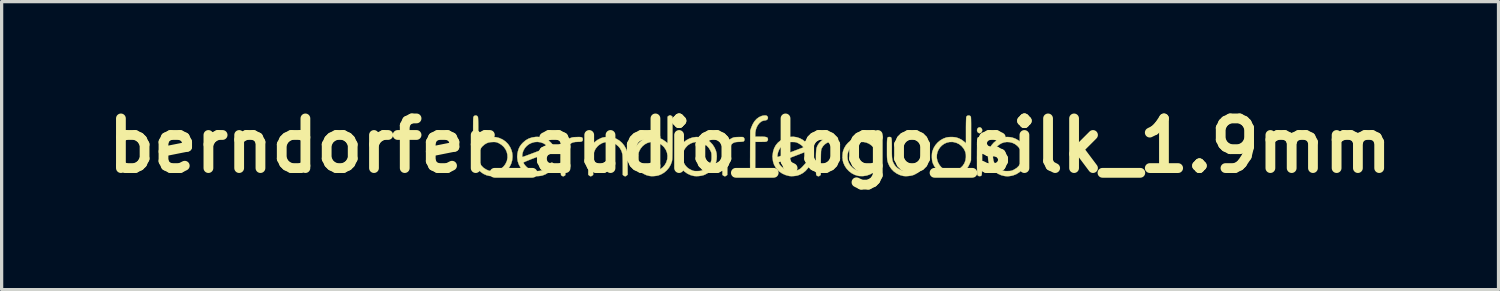
<source format=kicad_pcb>
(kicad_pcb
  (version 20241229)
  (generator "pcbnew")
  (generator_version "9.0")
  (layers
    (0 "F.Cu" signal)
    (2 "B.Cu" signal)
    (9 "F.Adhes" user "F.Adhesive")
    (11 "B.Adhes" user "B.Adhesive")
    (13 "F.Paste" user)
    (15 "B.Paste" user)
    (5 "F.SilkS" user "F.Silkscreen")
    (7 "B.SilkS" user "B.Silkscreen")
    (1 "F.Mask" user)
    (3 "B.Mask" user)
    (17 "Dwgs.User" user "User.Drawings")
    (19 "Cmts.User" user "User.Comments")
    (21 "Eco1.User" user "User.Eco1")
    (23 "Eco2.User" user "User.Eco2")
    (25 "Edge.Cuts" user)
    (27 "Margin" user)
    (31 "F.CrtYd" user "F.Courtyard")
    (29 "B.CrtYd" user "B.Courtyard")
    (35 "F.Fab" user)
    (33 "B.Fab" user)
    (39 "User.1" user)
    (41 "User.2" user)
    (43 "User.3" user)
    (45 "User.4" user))
  (footprint "berndorfer_audio_logo_silk_1.9mm"
    (layer "F.Cu")
    (at 19.964 1.418)
    (property "Reference" "berndorfer_audio_logo_silk_1.9mm" (at 0 0 0) (layer "F.SilkS") (effects (font (size 1.524 1.524) (thickness 0.3))))
    (attr through_hole)
    (fp_poly (pts (xy 7.079 -0.552) (xy 7.105 -0.528) (xy 7.12 -0.495) (xy 7.122 -0.459) (xy 7.109 -0.423) (xy 7.097 -0.407) (xy 7.071 -0.389) (xy 7.044 -0.381) (xy 7.043 -0.381) (xy 7.017 -0.388) (xy 6.991 -0.406) (xy 6.99 -0.407) (xy 6.969 -0.44) (xy 6.964 -0.477) (xy 6.973 -0.512) (xy 6.993 -0.541) (xy 7.024 -0.558) (xy 7.043 -0.561) (xy 7.079 -0.552)) (stroke (width 0.01) (type solid)) (fill yes) (layer "F.SilkS"))
    (fp_poly (pts (xy 7.078 -0.257) (xy 7.101 -0.236) (xy 7.106 -0.23) (xy 7.11 -0.222) (xy 7.113 -0.212) (xy 7.116 -0.197) (xy 7.118 -0.176) (xy 7.12 -0.148) (xy 7.121 -0.109) (xy 7.121 -0.059) (xy 7.122 0.005) (xy 7.121 0.084) (xy 7.121 0.179) (xy 7.12 0.293) (xy 7.12 0.345) (xy 7.12 0.471) (xy 7.119 0.576) (xy 7.118 0.664) (xy 7.117 0.736) (xy 7.115 0.793) (xy 7.113 0.838) (xy 7.11 0.872) (xy 7.106 0.896) (xy 7.1 0.912) (xy 7.093 0.923) (xy 7.085 0.929) (xy 7.075 0.932) (xy 7.063 0.935) (xy 7.059 0.935) (xy 7.028 0.936) (xy 7.009 0.931) (xy 6.987 0.914) (xy 6.974 0.894) (xy 6.972 0.877) (xy 6.969 0.841) (xy 6.968 0.789) (xy 6.966 0.724) (xy 6.965 0.648) (xy 6.964 0.563) (xy 6.964 0.472) (xy 6.963 0.378) (xy 6.964 0.282) (xy 6.964 0.188) (xy 6.965 0.097) (xy 6.966 0.013) (xy 6.967 -0.062) (xy 6.969 -0.126) (xy 6.971 -0.176) (xy 6.973 -0.21) (xy 6.976 -0.226) (xy 6.994 -0.251) (xy 7.017 -0.262) (xy 7.045 -0.264) (xy 7.078 -0.257)) (stroke (width 0.01) (type solid)) (fill yes) (layer "F.SilkS"))
    (fp_poly (pts (xy -0.23 -0.263) (xy -0.213 -0.259) (xy -0.201 -0.253) (xy -0.192 -0.245) (xy -0.173 -0.213) (xy -0.171 -0.175) (xy -0.184 -0.142) (xy -0.193 -0.133) (xy -0.208 -0.127) (xy -0.231 -0.123) (xy -0.267 -0.119) (xy -0.321 -0.116) (xy -0.33 -0.116) (xy -0.388 -0.113) (xy -0.43 -0.109) (xy -0.462 -0.103) (xy -0.488 -0.094) (xy -0.514 -0.082) (xy -0.514 -0.082) (xy -0.575 -0.04) (xy -0.629 0.016) (xy -0.67 0.081) (xy -0.671 0.083) (xy -0.677 0.097) (xy -0.681 0.111) (xy -0.685 0.129) (xy -0.688 0.151) (xy -0.691 0.182) (xy -0.692 0.222) (xy -0.694 0.274) (xy -0.695 0.341) (xy -0.696 0.425) (xy -0.696 0.516) (xy -0.7 0.899) (xy -0.727 0.92) (xy -0.759 0.939) (xy -0.788 0.938) (xy -0.819 0.92) (xy -0.847 0.898) (xy -0.847 0.519) (xy -0.847 0.418) (xy -0.846 0.336) (xy -0.846 0.27) (xy -0.844 0.217) (xy -0.843 0.177) (xy -0.84 0.145) (xy -0.837 0.12) (xy -0.833 0.099) (xy -0.828 0.08) (xy -0.826 0.073) (xy -0.787 -0.02) (xy -0.73 -0.101) (xy -0.658 -0.168) (xy -0.573 -0.22) (xy -0.54 -0.236) (xy -0.513 -0.247) (xy -0.487 -0.254) (xy -0.456 -0.258) (xy -0.416 -0.261) (xy -0.359 -0.263) (xy -0.354 -0.263) (xy -0.297 -0.264) (xy -0.257 -0.264) (xy -0.23 -0.263)) (stroke (width 0.01) (type solid)) (fill yes) (layer "F.SilkS"))
    (fp_poly (pts (xy 2.629 -0.262) (xy 2.663 -0.255) (xy 2.685 -0.243) (xy 2.696 -0.225) (xy 2.699 -0.199) (xy 2.699 -0.198) (xy 2.697 -0.169) (xy 2.69 -0.148) (xy 2.674 -0.134) (xy 2.646 -0.125) (xy 2.604 -0.12) (xy 2.544 -0.116) (xy 2.538 -0.116) (xy 2.48 -0.113) (xy 2.438 -0.109) (xy 2.406 -0.103) (xy 2.38 -0.094) (xy 2.354 -0.082) (xy 2.354 -0.082) (xy 2.293 -0.04) (xy 2.239 0.016) (xy 2.199 0.081) (xy 2.197 0.083) (xy 2.192 0.097) (xy 2.187 0.111) (xy 2.183 0.129) (xy 2.18 0.152) (xy 2.177 0.182) (xy 2.176 0.222) (xy 2.174 0.274) (xy 2.173 0.341) (xy 2.172 0.425) (xy 2.171 0.516) (xy 2.168 0.899) (xy 2.141 0.921) (xy 2.116 0.937) (xy 2.093 0.94) (xy 2.067 0.931) (xy 2.043 0.915) (xy 2.033 0.901) (xy 2.029 0.883) (xy 2.026 0.845) (xy 2.024 0.787) (xy 2.023 0.709) (xy 2.022 0.612) (xy 2.021 0.516) (xy 2.022 0.408) (xy 2.022 0.318) (xy 2.024 0.245) (xy 2.027 0.185) (xy 2.031 0.137) (xy 2.036 0.097) (xy 2.044 0.064) (xy 2.054 0.034) (xy 2.067 0.006) (xy 2.082 -0.023) (xy 2.12 -0.078) (xy 2.173 -0.133) (xy 2.234 -0.183) (xy 2.297 -0.221) (xy 2.304 -0.225) (xy 2.336 -0.239) (xy 2.363 -0.249) (xy 2.392 -0.255) (xy 2.428 -0.259) (xy 2.476 -0.262) (xy 2.511 -0.263) (xy 2.579 -0.264) (xy 2.629 -0.262)) (stroke (width 0.01) (type solid)) (fill yes) (layer "F.SilkS"))
    (fp_poly (pts (xy 0.504 -0.92) (xy 0.532 -0.9) (xy 0.534 -0.896) (xy 0.549 -0.861) (xy 0.545 -0.827) (xy 0.525 -0.798) (xy 0.492 -0.779) (xy 0.454 -0.773) (xy 0.394 -0.762) (xy 0.337 -0.734) (xy 0.285 -0.689) (xy 0.239 -0.631) (xy 0.202 -0.562) (xy 0.176 -0.484) (xy 0.161 -0.401) (xy 0.159 -0.353) (xy 0.159 -0.275) (xy 0.304 -0.275) (xy 0.384 -0.274) (xy 0.445 -0.27) (xy 0.489 -0.263) (xy 0.519 -0.252) (xy 0.537 -0.238) (xy 0.54 -0.233) (xy 0.55 -0.194) (xy 0.541 -0.158) (xy 0.526 -0.139) (xy 0.515 -0.131) (xy 0.503 -0.125) (xy 0.486 -0.121) (xy 0.459 -0.118) (xy 0.42 -0.117) (xy 0.366 -0.116) (xy 0.33 -0.116) (xy 0.159 -0.116) (xy 0.159 0.362) (xy 0.158 0.476) (xy 0.158 0.579) (xy 0.157 0.67) (xy 0.155 0.746) (xy 0.153 0.808) (xy 0.151 0.851) (xy 0.149 0.876) (xy 0.148 0.879) (xy 0.131 0.914) (xy 0.111 0.93) (xy 0.087 0.939) (xy 0.069 0.94) (xy 0.046 0.931) (xy 0.022 0.914) (xy 0.011 0.9) (xy 0.008 0.888) (xy 0.006 0.861) (xy 0.004 0.818) (xy 0.003 0.759) (xy 0.002 0.683) (xy 0.002 0.589) (xy 0.001 0.476) (xy 0.002 0.344) (xy 0.002 0.209) (xy 0.006 -0.46) (xy 0.034 -0.545) (xy 0.079 -0.652) (xy 0.134 -0.743) (xy 0.2 -0.817) (xy 0.275 -0.873) (xy 0.358 -0.91) (xy 0.405 -0.921) (xy 0.462 -0.927) (xy 0.504 -0.92)) (stroke (width 0.01) (type solid)) (fill yes) (layer "F.SilkS"))
    (fp_poly (pts (xy -5.203 -0.262) (xy -5.169 -0.255) (xy -5.148 -0.244) (xy -5.137 -0.225) (xy -5.133 -0.199) (xy -5.133 -0.191) (xy -5.136 -0.161) (xy -5.147 -0.14) (xy -5.169 -0.127) (xy -5.205 -0.119) (xy -5.257 -0.117) (xy -5.283 -0.116) (xy -5.366 -0.112) (xy -5.435 -0.098) (xy -5.493 -0.072) (xy -5.546 -0.034) (xy -5.547 -0.033) (xy -5.599 0.027) (xy -5.635 0.1) (xy -5.652 0.166) (xy -5.654 0.192) (xy -5.657 0.236) (xy -5.659 0.295) (xy -5.66 0.365) (xy -5.662 0.444) (xy -5.662 0.528) (xy -5.662 0.561) (xy -5.662 0.643) (xy -5.663 0.719) (xy -5.664 0.785) (xy -5.666 0.839) (xy -5.667 0.879) (xy -5.669 0.902) (xy -5.67 0.906) (xy -5.686 0.92) (xy -5.709 0.934) (xy -5.73 0.941) (xy -5.733 0.941) (xy -5.749 0.937) (xy -5.765 0.931) (xy -5.788 0.915) (xy -5.799 0.901) (xy -5.802 0.883) (xy -5.805 0.845) (xy -5.808 0.787) (xy -5.809 0.709) (xy -5.81 0.612) (xy -5.81 0.516) (xy -5.81 0.408) (xy -5.809 0.318) (xy -5.808 0.245) (xy -5.805 0.185) (xy -5.801 0.137) (xy -5.795 0.097) (xy -5.787 0.064) (xy -5.778 0.034) (xy -5.765 0.006) (xy -5.75 -0.023) (xy -5.711 -0.079) (xy -5.658 -0.134) (xy -5.597 -0.184) (xy -5.534 -0.221) (xy -5.527 -0.225) (xy -5.495 -0.239) (xy -5.467 -0.248) (xy -5.438 -0.255) (xy -5.401 -0.259) (xy -5.351 -0.261) (xy -5.321 -0.262) (xy -5.253 -0.264) (xy -5.203 -0.262)) (stroke (width 0.01) (type solid)) (fill yes) (layer "F.SilkS"))
    (fp_poly (pts (xy -4.261 -0.258) (xy -4.207 -0.248) (xy -4.106 -0.211) (xy -4.012 -0.156) (xy -3.93 -0.085) (xy -3.86 0.001) (xy -3.805 0.098) (xy -3.788 0.141) (xy -3.781 0.16) (xy -3.775 0.179) (xy -3.771 0.2) (xy -3.768 0.226) (xy -3.765 0.259) (xy -3.764 0.303) (xy -3.762 0.359) (xy -3.761 0.43) (xy -3.76 0.52) (xy -3.76 0.548) (xy -3.756 0.889) (xy -3.782 0.915) (xy -3.813 0.937) (xy -3.843 0.939) (xy -3.877 0.921) (xy -3.877 0.92) (xy -3.905 0.898) (xy -3.905 0.61) (xy -3.906 0.526) (xy -3.907 0.448) (xy -3.909 0.378) (xy -3.911 0.321) (xy -3.914 0.278) (xy -3.917 0.259) (xy -3.944 0.165) (xy -3.991 0.081) (xy -4.042 0.02) (xy -4.117 -0.041) (xy -4.2 -0.084) (xy -4.287 -0.108) (xy -4.377 -0.115) (xy -4.465 -0.102) (xy -4.551 -0.072) (xy -4.63 -0.022) (xy -4.676 0.018) (xy -4.739 0.095) (xy -4.782 0.181) (xy -4.804 0.267) (xy -4.807 0.296) (xy -4.81 0.342) (xy -4.812 0.402) (xy -4.814 0.472) (xy -4.815 0.549) (xy -4.815 0.616) (xy -4.815 0.898) (xy -4.843 0.92) (xy -4.877 0.939) (xy -4.907 0.937) (xy -4.938 0.916) (xy -4.964 0.89) (xy -4.963 0.575) (xy -4.963 0.471) (xy -4.962 0.385) (xy -4.96 0.315) (xy -4.956 0.258) (xy -4.95 0.211) (xy -4.943 0.172) (xy -4.933 0.137) (xy -4.92 0.105) (xy -4.904 0.072) (xy -4.904 0.071) (xy -4.844 -0.025) (xy -4.768 -0.108) (xy -4.679 -0.176) (xy -4.577 -0.228) (xy -4.52 -0.248) (xy -4.466 -0.258) (xy -4.4 -0.263) (xy -4.329 -0.264) (xy -4.261 -0.258)) (stroke (width 0.01) (type solid)) (fill yes) (layer "F.SilkS"))
    (fp_poly (pts (xy -1.516 -0.254) (xy -1.409 -0.225) (xy -1.312 -0.177) (xy -1.225 -0.113) (xy -1.15 -0.033) (xy -1.089 0.062) (xy -1.047 0.159) (xy -1.028 0.238) (xy -1.021 0.326) (xy -1.026 0.417) (xy -1.042 0.501) (xy -1.047 0.517) (xy -1.091 0.619) (xy -1.152 0.711) (xy -1.229 0.791) (xy -1.318 0.855) (xy -1.418 0.903) (xy -1.434 0.908) (xy -1.497 0.924) (xy -1.571 0.934) (xy -1.647 0.937) (xy -1.716 0.933) (xy -1.725 0.931) (xy -1.824 0.905) (xy -1.918 0.862) (xy -2.004 0.803) (xy -2.079 0.732) (xy -2.141 0.65) (xy -2.187 0.56) (xy -2.206 0.5) (xy -2.219 0.423) (xy -2.223 0.336) (xy -2.073 0.336) (xy -2.065 0.426) (xy -2.039 0.513) (xy -1.994 0.594) (xy -1.956 0.641) (xy -1.913 0.683) (xy -1.866 0.716) (xy -1.808 0.746) (xy -1.779 0.759) (xy -1.748 0.771) (xy -1.718 0.778) (xy -1.684 0.781) (xy -1.639 0.781) (xy -1.613 0.781) (xy -1.562 0.779) (xy -1.525 0.775) (xy -1.495 0.768) (xy -1.463 0.756) (xy -1.427 0.738) (xy -1.344 0.687) (xy -1.276 0.62) (xy -1.223 0.539) (xy -1.214 0.521) (xy -1.198 0.487) (xy -1.189 0.458) (xy -1.183 0.429) (xy -1.181 0.392) (xy -1.18 0.341) (xy -1.18 0.339) (xy -1.181 0.287) (xy -1.183 0.25) (xy -1.188 0.22) (xy -1.198 0.192) (xy -1.213 0.158) (xy -1.214 0.156) (xy -1.264 0.073) (xy -1.326 0.004) (xy -1.398 -0.049) (xy -1.478 -0.087) (xy -1.562 -0.108) (xy -1.649 -0.112) (xy -1.735 -0.099) (xy -1.819 -0.068) (xy -1.897 -0.019) (xy -1.927 0.007) (xy -1.99 0.079) (xy -2.036 0.16) (xy -2.063 0.247) (xy -2.073 0.336) (xy -2.223 0.336) (xy -2.223 0.336) (xy -2.219 0.25) (xy -2.205 0.174) (xy -2.203 0.167) (xy -2.165 0.068) (xy -2.109 -0.021) (xy -2.039 -0.099) (xy -1.956 -0.165) (xy -1.863 -0.215) (xy -1.763 -0.249) (xy -1.658 -0.264) (xy -1.63 -0.264) (xy -1.516 -0.254)) (stroke (width 0.01) (type solid)) (fill yes) (layer "F.SilkS"))
    (fp_poly (pts (xy 7.974 -0.26) (xy 8.048 -0.246) (xy 8.122 -0.22) (xy 8.165 -0.201) (xy 8.262 -0.143) (xy 8.345 -0.07) (xy 8.411 0.016) (xy 8.461 0.113) (xy 8.493 0.221) (xy 8.499 0.259) (xy 8.504 0.367) (xy 8.489 0.472) (xy 8.456 0.571) (xy 8.407 0.663) (xy 8.343 0.745) (xy 8.266 0.815) (xy 8.177 0.871) (xy 8.079 0.911) (xy 8.014 0.927) (xy 7.954 0.936) (xy 7.904 0.94) (xy 7.855 0.938) (xy 7.8 0.931) (xy 7.7 0.905) (xy 7.605 0.862) (xy 7.519 0.802) (xy 7.443 0.729) (xy 7.381 0.644) (xy 7.335 0.551) (xy 7.322 0.51) (xy 7.308 0.443) (xy 7.302 0.366) (xy 7.452 0.366) (xy 7.466 0.455) (xy 7.499 0.54) (xy 7.55 0.619) (xy 7.569 0.641) (xy 7.612 0.683) (xy 7.659 0.716) (xy 7.717 0.746) (xy 7.746 0.759) (xy 7.777 0.771) (xy 7.807 0.778) (xy 7.841 0.781) (xy 7.886 0.781) (xy 7.912 0.781) (xy 7.963 0.779) (xy 8 0.775) (xy 8.03 0.768) (xy 8.062 0.756) (xy 8.098 0.738) (xy 8.181 0.687) (xy 8.249 0.62) (xy 8.302 0.539) (xy 8.311 0.521) (xy 8.327 0.487) (xy 8.336 0.458) (xy 8.342 0.429) (xy 8.344 0.392) (xy 8.345 0.341) (xy 8.345 0.339) (xy 8.344 0.287) (xy 8.342 0.25) (xy 8.337 0.22) (xy 8.327 0.192) (xy 8.312 0.158) (xy 8.311 0.156) (xy 8.261 0.073) (xy 8.199 0.005) (xy 8.127 -0.049) (xy 8.048 -0.086) (xy 7.964 -0.107) (xy 7.878 -0.112) (xy 7.792 -0.1) (xy 7.71 -0.07) (xy 7.632 -0.022) (xy 7.579 0.026) (xy 7.52 0.103) (xy 7.479 0.187) (xy 7.456 0.275) (xy 7.452 0.366) (xy 7.302 0.366) (xy 7.302 0.364) (xy 7.303 0.284) (xy 7.311 0.21) (xy 7.318 0.175) (xy 7.355 0.077) (xy 7.41 -0.013) (xy 7.479 -0.092) (xy 7.561 -0.158) (xy 7.652 -0.21) (xy 7.751 -0.246) (xy 7.854 -0.263) (xy 7.892 -0.265) (xy 7.974 -0.26)) (stroke (width 0.01) (type solid)) (fill yes) (layer "F.SilkS"))
    (fp_poly (pts (xy -2.44 -0.928) (xy -2.409 -0.909) (xy -2.381 -0.887) (xy -2.381 -0.234) (xy -2.381 -0.096) (xy -2.382 0.022) (xy -2.382 0.123) (xy -2.383 0.207) (xy -2.384 0.277) (xy -2.385 0.334) (xy -2.386 0.379) (xy -2.388 0.415) (xy -2.391 0.443) (xy -2.394 0.464) (xy -2.397 0.48) (xy -2.397 0.482) (xy -2.434 0.583) (xy -2.488 0.677) (xy -2.558 0.76) (xy -2.64 0.83) (xy -2.734 0.884) (xy -2.813 0.914) (xy -2.875 0.927) (xy -2.947 0.935) (xy -3.019 0.937) (xy -3.076 0.932) (xy -3.179 0.906) (xy -3.275 0.861) (xy -3.363 0.801) (xy -3.439 0.727) (xy -3.502 0.643) (xy -3.548 0.549) (xy -3.572 0.468) (xy -3.587 0.354) (xy -3.586 0.339) (xy -3.424 0.339) (xy -3.423 0.393) (xy -3.421 0.432) (xy -3.417 0.461) (xy -3.41 0.486) (xy -3.398 0.513) (xy -3.394 0.521) (xy -3.343 0.603) (xy -3.279 0.671) (xy -3.204 0.724) (xy -3.121 0.761) (xy -3.033 0.781) (xy -2.942 0.782) (xy -2.851 0.763) (xy -2.846 0.762) (xy -2.754 0.72) (xy -2.677 0.664) (xy -2.615 0.593) (xy -2.569 0.51) (xy -2.54 0.415) (xy -2.538 0.403) (xy -2.533 0.311) (xy -2.547 0.22) (xy -2.581 0.133) (xy -2.633 0.054) (xy -2.653 0.031) (xy -2.726 -0.033) (xy -2.806 -0.078) (xy -2.89 -0.106) (xy -2.977 -0.115) (xy -3.064 -0.108) (xy -3.147 -0.084) (xy -3.225 -0.043) (xy -3.296 0.014) (xy -3.355 0.086) (xy -3.391 0.148) (xy -3.405 0.18) (xy -3.415 0.206) (xy -3.42 0.233) (xy -3.423 0.268) (xy -3.424 0.315) (xy -3.424 0.339) (xy -3.586 0.339) (xy -3.58 0.243) (xy -3.554 0.139) (xy -3.507 0.04) (xy -3.441 -0.052) (xy -3.409 -0.086) (xy -3.327 -0.158) (xy -3.243 -0.21) (xy -3.154 -0.244) (xy -3.056 -0.261) (xy -2.985 -0.265) (xy -2.876 -0.256) (xy -2.776 -0.231) (xy -2.683 -0.187) (xy -2.592 -0.124) (xy -2.59 -0.122) (xy -2.529 -0.073) (xy -2.529 -0.887) (xy -2.502 -0.909) (xy -2.469 -0.928) (xy -2.44 -0.928)) (stroke (width 0.01) (type solid)) (fill yes) (layer "F.SilkS"))
    (fp_poly (pts (xy 3.472 -0.263) (xy 3.538 -0.258) (xy 3.587 -0.249) (xy 3.69 -0.211) (xy 3.784 -0.155) (xy 3.866 -0.084) (xy 3.935 0.001) (xy 3.988 0.096) (xy 4.023 0.201) (xy 4.027 0.217) (xy 4.032 0.249) (xy 4.035 0.297) (xy 4.039 0.358) (xy 4.041 0.427) (xy 4.043 0.501) (xy 4.043 0.578) (xy 4.043 0.654) (xy 4.043 0.724) (xy 4.041 0.787) (xy 4.038 0.839) (xy 4.035 0.875) (xy 4.031 0.893) (xy 4.009 0.921) (xy 3.978 0.935) (xy 3.944 0.935) (xy 3.915 0.921) (xy 3.894 0.894) (xy 3.894 0.894) (xy 3.889 0.868) (xy 3.885 0.831) (xy 3.884 0.801) (xy 3.884 0.737) (xy 3.844 0.775) (xy 3.765 0.838) (xy 3.673 0.886) (xy 3.573 0.919) (xy 3.468 0.935) (xy 3.362 0.934) (xy 3.316 0.927) (xy 3.215 0.897) (xy 3.121 0.849) (xy 3.036 0.784) (xy 2.962 0.706) (xy 2.902 0.614) (xy 2.861 0.519) (xy 2.845 0.455) (xy 2.837 0.379) (xy 2.837 0.359) (xy 2.987 0.359) (xy 2.999 0.444) (xy 3.027 0.525) (xy 3.071 0.601) (xy 3.133 0.668) (xy 3.175 0.701) (xy 3.246 0.743) (xy 3.319 0.769) (xy 3.4 0.779) (xy 3.457 0.779) (xy 3.51 0.776) (xy 3.55 0.77) (xy 3.586 0.759) (xy 3.624 0.743) (xy 3.702 0.695) (xy 3.771 0.632) (xy 3.826 0.557) (xy 3.845 0.521) (xy 3.86 0.488) (xy 3.87 0.46) (xy 3.875 0.432) (xy 3.878 0.397) (xy 3.879 0.348) (xy 3.879 0.333) (xy 3.878 0.281) (xy 3.876 0.243) (xy 3.872 0.214) (xy 3.863 0.188) (xy 3.85 0.158) (xy 3.844 0.147) (xy 3.793 0.064) (xy 3.729 -0.004) (xy 3.655 -0.057) (xy 3.572 -0.093) (xy 3.485 -0.112) (xy 3.394 -0.112) (xy 3.304 -0.094) (xy 3.245 -0.071) (xy 3.164 -0.021) (xy 3.098 0.041) (xy 3.047 0.112) (xy 3.011 0.191) (xy 2.991 0.274) (xy 2.987 0.359) (xy 2.837 0.359) (xy 2.837 0.299) (xy 2.844 0.222) (xy 2.853 0.176) (xy 2.888 0.08) (xy 2.941 -0.009) (xy 3.01 -0.089) (xy 3.091 -0.158) (xy 3.182 -0.212) (xy 3.28 -0.248) (xy 3.281 -0.249) (xy 3.335 -0.258) (xy 3.402 -0.263) (xy 3.472 -0.263)) (stroke (width 0.01) (type solid)) (fill yes) (layer "F.SilkS"))
    (fp_poly (pts (xy 6.752 -0.912) (xy 6.773 -0.889) (xy 6.776 -0.877) (xy 6.778 -0.848) (xy 6.78 -0.804) (xy 6.781 -0.743) (xy 6.782 -0.664) (xy 6.782 -0.567) (xy 6.782 -0.45) (xy 6.782 -0.314) (xy 6.782 -0.209) (xy 6.779 0.45) (xy 6.75 0.528) (xy 6.704 0.626) (xy 6.643 0.716) (xy 6.569 0.793) (xy 6.485 0.855) (xy 6.393 0.9) (xy 6.366 0.909) (xy 6.324 0.92) (xy 6.273 0.928) (xy 6.219 0.935) (xy 6.169 0.938) (xy 6.129 0.938) (xy 6.112 0.936) (xy 6.09 0.931) (xy 6.056 0.924) (xy 6.032 0.92) (xy 5.945 0.892) (xy 5.861 0.846) (xy 5.782 0.786) (xy 5.712 0.713) (xy 5.653 0.631) (xy 5.61 0.543) (xy 5.594 0.492) (xy 5.584 0.435) (xy 5.58 0.379) (xy 5.73 0.379) (xy 5.748 0.466) (xy 5.768 0.517) (xy 5.814 0.599) (xy 5.869 0.664) (xy 5.926 0.709) (xy 5.997 0.747) (xy 6.069 0.771) (xy 6.148 0.78) (xy 6.198 0.78) (xy 6.248 0.778) (xy 6.285 0.773) (xy 6.318 0.763) (xy 6.355 0.747) (xy 6.374 0.738) (xy 6.457 0.686) (xy 6.525 0.62) (xy 6.576 0.542) (xy 6.609 0.454) (xy 6.623 0.359) (xy 6.622 0.276) (xy 6.609 0.205) (xy 6.581 0.138) (xy 6.55 0.085) (xy 6.488 0.011) (xy 6.413 -0.047) (xy 6.327 -0.088) (xy 6.233 -0.111) (xy 6.211 -0.113) (xy 6.119 -0.111) (xy 6.033 -0.091) (xy 5.955 -0.055) (xy 5.885 -0.004) (xy 5.826 0.058) (xy 5.78 0.129) (xy 5.747 0.208) (xy 5.73 0.292) (xy 5.73 0.379) (xy 5.58 0.379) (xy 5.579 0.366) (xy 5.579 0.295) (xy 5.584 0.228) (xy 5.593 0.18) (xy 5.631 0.079) (xy 5.686 -0.013) (xy 5.757 -0.095) (xy 5.84 -0.164) (xy 5.934 -0.217) (xy 6.022 -0.249) (xy 6.078 -0.259) (xy 6.145 -0.263) (xy 6.217 -0.263) (xy 6.285 -0.257) (xy 6.334 -0.248) (xy 6.418 -0.218) (xy 6.5 -0.174) (xy 6.573 -0.119) (xy 6.573 -0.119) (xy 6.625 -0.072) (xy 6.625 -0.464) (xy 6.625 -0.554) (xy 6.626 -0.638) (xy 6.627 -0.714) (xy 6.629 -0.778) (xy 6.631 -0.83) (xy 6.633 -0.865) (xy 6.635 -0.881) (xy 6.635 -0.881) (xy 6.655 -0.908) (xy 6.686 -0.923) (xy 6.72 -0.924) (xy 6.752 -0.912)) (stroke (width 0.01) (type solid)) (fill yes) (layer "F.SilkS"))
    (fp_poly (pts (xy 4.296 -0.264) (xy 4.312 -0.261) (xy 4.325 -0.253) (xy 4.334 -0.239) (xy 4.341 -0.215) (xy 4.345 -0.18) (xy 4.348 -0.132) (xy 4.349 -0.069) (xy 4.35 0.012) (xy 4.35 0.076) (xy 4.35 0.176) (xy 4.351 0.258) (xy 4.353 0.324) (xy 4.357 0.378) (xy 4.363 0.421) (xy 4.37 0.457) (xy 4.38 0.489) (xy 4.393 0.519) (xy 4.4 0.534) (xy 4.436 0.597) (xy 4.475 0.645) (xy 4.524 0.688) (xy 4.539 0.7) (xy 4.621 0.746) (xy 4.709 0.774) (xy 4.799 0.783) (xy 4.889 0.774) (xy 4.975 0.748) (xy 5.056 0.705) (xy 5.127 0.646) (xy 5.177 0.585) (xy 5.194 0.559) (xy 5.208 0.536) (xy 5.22 0.511) (xy 5.228 0.484) (xy 5.235 0.452) (xy 5.239 0.411) (xy 5.243 0.36) (xy 5.245 0.295) (xy 5.247 0.215) (xy 5.249 0.116) (xy 5.249 0.115) (xy 5.251 0.021) (xy 5.252 -0.053) (xy 5.254 -0.112) (xy 5.256 -0.155) (xy 5.258 -0.187) (xy 5.261 -0.21) (xy 5.265 -0.225) (xy 5.269 -0.235) (xy 5.275 -0.242) (xy 5.304 -0.261) (xy 5.34 -0.264) (xy 5.375 -0.253) (xy 5.388 -0.243) (xy 5.394 -0.236) (xy 5.398 -0.228) (xy 5.402 -0.216) (xy 5.405 -0.198) (xy 5.406 -0.171) (xy 5.407 -0.134) (xy 5.407 -0.084) (xy 5.407 -0.018) (xy 5.406 0.065) (xy 5.406 0.114) (xy 5.405 0.209) (xy 5.403 0.284) (xy 5.402 0.344) (xy 5.4 0.391) (xy 5.398 0.427) (xy 5.394 0.456) (xy 5.39 0.479) (xy 5.385 0.499) (xy 5.379 0.519) (xy 5.337 0.614) (xy 5.279 0.702) (xy 5.207 0.78) (xy 5.125 0.844) (xy 5.036 0.893) (xy 4.99 0.909) (xy 4.927 0.924) (xy 4.854 0.933) (xy 4.782 0.937) (xy 4.718 0.933) (xy 4.703 0.931) (xy 4.597 0.902) (xy 4.499 0.855) (xy 4.411 0.792) (xy 4.337 0.716) (xy 4.277 0.628) (xy 4.234 0.53) (xy 4.223 0.493) (xy 4.217 0.467) (xy 4.212 0.44) (xy 4.208 0.411) (xy 4.205 0.375) (xy 4.203 0.331) (xy 4.202 0.275) (xy 4.202 0.204) (xy 4.202 0.116) (xy 4.202 0.096) (xy 4.202 -0.001) (xy 4.202 -0.079) (xy 4.204 -0.139) (xy 4.207 -0.185) (xy 4.211 -0.218) (xy 4.218 -0.24) (xy 4.227 -0.254) (xy 4.24 -0.261) (xy 4.256 -0.264) (xy 4.275 -0.265) (xy 4.276 -0.265) (xy 4.296 -0.264)) (stroke (width 0.01) (type solid)) (fill yes) (layer "F.SilkS"))
    (fp_poly (pts (xy -8.401 -0.923) (xy -8.371 -0.908) (xy -8.351 -0.882) (xy -8.348 -0.864) (xy -8.345 -0.826) (xy -8.343 -0.768) (xy -8.341 -0.689) (xy -8.34 -0.591) (xy -8.34 -0.471) (xy -8.34 -0.464) (xy -8.34 -0.072) (xy -8.298 -0.11) (xy -8.21 -0.175) (xy -8.113 -0.224) (xy -8.009 -0.254) (xy -7.903 -0.266) (xy -7.796 -0.259) (xy -7.699 -0.235) (xy -7.593 -0.188) (xy -7.502 -0.125) (xy -7.425 -0.048) (xy -7.364 0.044) (xy -7.352 0.068) (xy -7.319 0.145) (xy -7.299 0.219) (xy -7.291 0.299) (xy -7.29 0.348) (xy -7.301 0.456) (xy -7.332 0.559) (xy -7.38 0.654) (xy -7.444 0.738) (xy -7.523 0.811) (xy -7.614 0.869) (xy -7.716 0.912) (xy -7.724 0.914) (xy -7.79 0.928) (xy -7.865 0.936) (xy -7.94 0.936) (xy -7.99 0.931) (xy -8.086 0.908) (xy -8.171 0.871) (xy -8.252 0.816) (xy -8.302 0.773) (xy -8.376 0.691) (xy -8.434 0.601) (xy -8.469 0.519) (xy -8.474 0.505) (xy -8.478 0.49) (xy -8.482 0.474) (xy -8.484 0.454) (xy -8.487 0.429) (xy -8.489 0.398) (xy -8.49 0.367) (xy -8.339 0.367) (xy -8.324 0.457) (xy -8.3 0.521) (xy -8.25 0.606) (xy -8.185 0.675) (xy -8.107 0.727) (xy -8.092 0.735) (xy -8.046 0.756) (xy -8.011 0.77) (xy -7.978 0.777) (xy -7.94 0.78) (xy -7.891 0.779) (xy -7.874 0.779) (xy -7.793 0.771) (xy -7.727 0.754) (xy -7.726 0.753) (xy -7.642 0.709) (xy -7.57 0.649) (xy -7.511 0.575) (xy -7.469 0.489) (xy -7.459 0.462) (xy -7.442 0.37) (xy -7.445 0.279) (xy -7.466 0.191) (xy -7.505 0.109) (xy -7.56 0.035) (xy -7.631 -0.028) (xy -7.703 -0.072) (xy -7.742 -0.09) (xy -7.773 -0.102) (xy -7.803 -0.108) (xy -7.839 -0.111) (xy -7.884 -0.111) (xy -7.962 -0.107) (xy -8.028 -0.095) (xy -8.086 -0.072) (xy -8.145 -0.037) (xy -8.153 -0.031) (xy -8.222 0.031) (xy -8.276 0.105) (xy -8.314 0.188) (xy -8.335 0.276) (xy -8.339 0.367) (xy -8.49 0.367) (xy -8.49 0.358) (xy -8.492 0.307) (xy -8.493 0.245) (xy -8.494 0.169) (xy -8.494 0.077) (xy -8.495 -0.031) (xy -8.496 -0.159) (xy -8.496 -0.2) (xy -8.497 -0.347) (xy -8.497 -0.474) (xy -8.497 -0.582) (xy -8.496 -0.671) (xy -8.496 -0.744) (xy -8.494 -0.8) (xy -8.492 -0.84) (xy -8.49 -0.867) (xy -8.488 -0.879) (xy -8.466 -0.909) (xy -8.435 -0.924) (xy -8.401 -0.923)) (stroke (width 0.01) (type solid)) (fill yes) (layer "F.SilkS"))
    (fp_poly (pts (xy -6.414 -0.259) (xy -6.319 -0.234) (xy -6.231 -0.19) (xy -6.145 -0.126) (xy -6.137 -0.118) (xy -6.095 -0.076) (xy -6.057 -0.029) (xy -6.027 0.018) (xy -6.007 0.06) (xy -6.001 0.09) (xy -6.001 0.101) (xy -6.001 0.111) (xy -6.004 0.12) (xy -6.009 0.129) (xy -6.02 0.138) (xy -6.037 0.149) (xy -6.062 0.162) (xy -6.096 0.177) (xy -6.141 0.196) (xy -6.197 0.219) (xy -6.267 0.246) (xy -6.351 0.278) (xy -6.452 0.316) (xy -6.57 0.361) (xy -6.64 0.387) (xy -6.716 0.416) (xy -6.785 0.444) (xy -6.845 0.468) (xy -6.894 0.489) (xy -6.93 0.505) (xy -6.948 0.514) (xy -6.951 0.517) (xy -6.948 0.536) (xy -6.933 0.565) (xy -6.907 0.6) (xy -6.875 0.636) (xy -6.84 0.67) (xy -6.807 0.695) (xy -6.723 0.742) (xy -6.633 0.771) (xy -6.541 0.783) (xy -6.452 0.776) (xy -6.367 0.752) (xy -6.347 0.742) (xy -6.292 0.711) (xy -6.246 0.675) (xy -6.202 0.628) (xy -6.17 0.587) (xy -6.135 0.546) (xy -6.104 0.525) (xy -6.075 0.522) (xy -6.045 0.537) (xy -6.045 0.537) (xy -6.02 0.565) (xy -6.013 0.598) (xy -6.025 0.64) (xy -6.049 0.682) (xy -6.111 0.758) (xy -6.188 0.825) (xy -6.276 0.879) (xy -6.367 0.915) (xy -6.418 0.926) (xy -6.481 0.934) (xy -6.545 0.937) (xy -6.603 0.935) (xy -6.628 0.932) (xy -6.734 0.905) (xy -6.827 0.866) (xy -6.91 0.811) (xy -6.972 0.756) (xy -7.044 0.67) (xy -7.096 0.576) (xy -7.13 0.473) (xy -7.144 0.365) (xy -7.142 0.319) (xy -6.991 0.319) (xy -6.989 0.342) (xy -6.983 0.349) (xy -6.97 0.346) (xy -6.94 0.335) (xy -6.894 0.319) (xy -6.836 0.297) (xy -6.767 0.272) (xy -6.689 0.242) (xy -6.605 0.211) (xy -6.593 0.206) (xy -6.508 0.174) (xy -6.43 0.144) (xy -6.359 0.117) (xy -6.298 0.094) (xy -6.251 0.076) (xy -6.218 0.063) (xy -6.202 0.057) (xy -6.202 0.057) (xy -6.2 0.048) (xy -6.212 0.03) (xy -6.234 0.006) (xy -6.264 -0.019) (xy -6.297 -0.044) (xy -6.33 -0.065) (xy -6.344 -0.073) (xy -6.432 -0.103) (xy -6.523 -0.115) (xy -6.612 -0.109) (xy -6.698 -0.085) (xy -6.778 -0.047) (xy -6.849 0.007) (xy -6.909 0.073) (xy -6.954 0.152) (xy -6.972 0.201) (xy -6.983 0.243) (xy -6.989 0.284) (xy -6.991 0.319) (xy -7.142 0.319) (xy -7.138 0.253) (xy -7.123 0.176) (xy -7.098 0.096) (xy -7.065 0.029) (xy -7.021 -0.034) (xy -6.969 -0.09) (xy -6.884 -0.163) (xy -6.791 -0.216) (xy -6.689 -0.25) (xy -6.577 -0.267) (xy -6.519 -0.268) (xy -6.414 -0.259)) (stroke (width 0.01) (type solid)) (fill yes) (layer "F.SilkS"))
    (fp_poly (pts (xy 1.428 -0.258) (xy 1.526 -0.226) (xy 1.618 -0.176) (xy 1.701 -0.111) (xy 1.773 -0.03) (xy 1.8 0.008) (xy 1.823 0.056) (xy 1.83 0.097) (xy 1.821 0.13) (xy 1.811 0.141) (xy 1.798 0.149) (xy 1.766 0.162) (xy 1.719 0.182) (xy 1.659 0.207) (xy 1.587 0.235) (xy 1.505 0.267) (xy 1.416 0.301) (xy 1.343 0.329) (xy 1.251 0.364) (xy 1.164 0.398) (xy 1.085 0.428) (xy 1.017 0.455) (xy 0.96 0.477) (xy 0.918 0.494) (xy 0.892 0.505) (xy 0.884 0.509) (xy 0.881 0.525) (xy 0.892 0.553) (xy 0.913 0.587) (xy 0.944 0.625) (xy 0.967 0.649) (xy 1.039 0.706) (xy 1.121 0.748) (xy 1.209 0.774) (xy 1.3 0.783) (xy 1.389 0.775) (xy 1.473 0.748) (xy 1.486 0.742) (xy 1.515 0.727) (xy 1.541 0.709) (xy 1.569 0.686) (xy 1.6 0.656) (xy 1.638 0.614) (xy 1.687 0.559) (xy 1.689 0.556) (xy 1.72 0.528) (xy 1.748 0.52) (xy 1.779 0.531) (xy 1.792 0.541) (xy 1.814 0.565) (xy 1.82 0.595) (xy 1.81 0.631) (xy 1.784 0.677) (xy 1.772 0.695) (xy 1.704 0.774) (xy 1.622 0.84) (xy 1.531 0.89) (xy 1.455 0.917) (xy 1.397 0.928) (xy 1.33 0.935) (xy 1.265 0.937) (xy 1.21 0.933) (xy 1.204 0.932) (xy 1.09 0.902) (xy 0.989 0.857) (xy 0.899 0.796) (xy 0.857 0.758) (xy 0.787 0.674) (xy 0.736 0.582) (xy 0.704 0.48) (xy 0.691 0.368) (xy 0.691 0.324) (xy 0.839 0.324) (xy 0.84 0.343) (xy 0.847 0.349) (xy 0.849 0.349) (xy 0.861 0.346) (xy 0.892 0.335) (xy 0.937 0.319) (xy 0.996 0.297) (xy 1.065 0.272) (xy 1.143 0.242) (xy 1.227 0.211) (xy 1.238 0.206) (xy 1.323 0.174) (xy 1.402 0.144) (xy 1.473 0.117) (xy 1.533 0.094) (xy 1.58 0.076) (xy 1.613 0.064) (xy 1.628 0.058) (xy 1.629 0.058) (xy 1.633 0.048) (xy 1.622 0.03) (xy 1.599 0.007) (xy 1.567 -0.019) (xy 1.529 -0.045) (xy 1.488 -0.069) (xy 1.482 -0.072) (xy 1.446 -0.09) (xy 1.417 -0.101) (xy 1.389 -0.107) (xy 1.356 -0.11) (xy 1.311 -0.111) (xy 1.292 -0.111) (xy 1.24 -0.111) (xy 1.203 -0.108) (xy 1.174 -0.103) (xy 1.146 -0.093) (xy 1.111 -0.078) (xy 1.101 -0.073) (xy 1.015 -0.021) (xy 0.945 0.044) (xy 0.893 0.122) (xy 0.857 0.212) (xy 0.842 0.288) (xy 0.839 0.324) (xy 0.691 0.324) (xy 0.691 0.302) (xy 0.707 0.186) (xy 0.74 0.081) (xy 0.79 -0.012) (xy 0.857 -0.092) (xy 0.939 -0.159) (xy 1.036 -0.212) (xy 1.148 -0.25) (xy 1.224 -0.266) (xy 1.327 -0.272) (xy 1.428 -0.258)) (stroke (width 0.01) (type solid)) (fill yes) (layer "F.SilkS")))
  (gr_rect
    (start -3 -3)
    (end 42.929 5.836)
    (stroke (width 0.1) (type default))
    (fill no)
    (layer "Edge.Cuts")))
</source>
